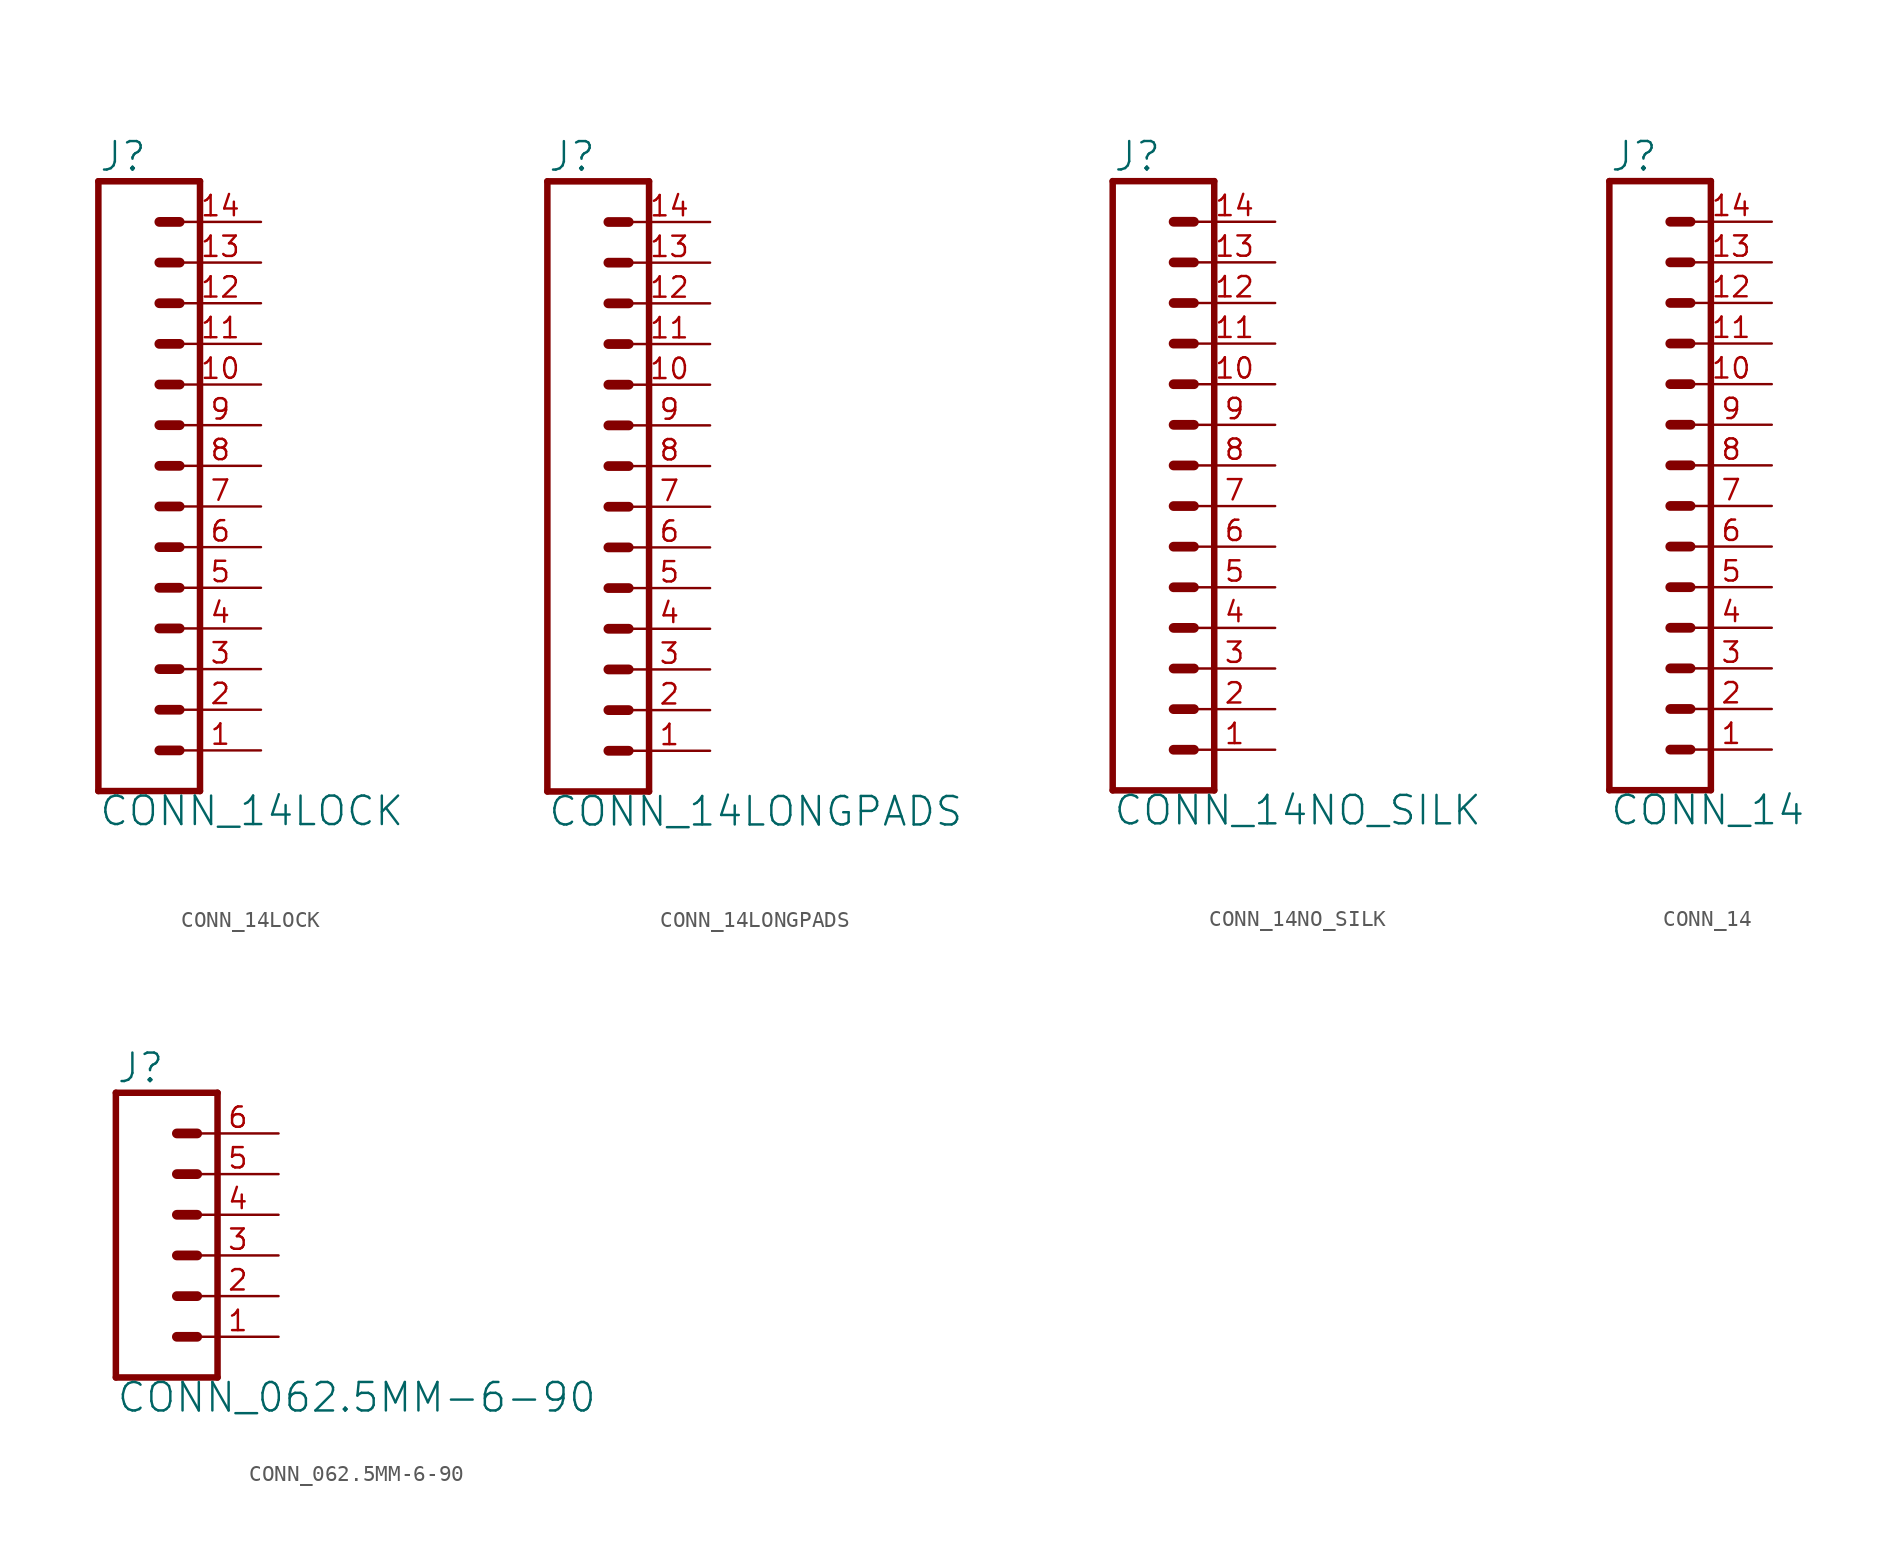
<source format=kicad_sym>
(kicad_symbol_lib
  (version 20211014)
  (generator kicad_symbol_editor)
  (symbol "CONN_14LOCK"
    (property "Reference" "J"
      (at 0 18.288 0)
      (effects (font (size 1.778 1.778)) (justify left bottom)))
    (property "Value" "CONN_14LOCK"
      (at 0 -22.606 0)
      (effects (font (size 1.778 1.778)) (justify left bottom)))
    (property "ki_locked" ""
      (at 0 0 0)
      (effects (font (size 1.27 1.27))))
    (symbol "CONN_14LOCK_1_0"
      (polyline (pts (xy 0 17.78) (xy 0 -20.32)) (stroke (width 0.406) (type default) (color 0 0 0 0)) (fill (type none)))
      (polyline (pts (xy 0 17.78) (xy 6.35 17.78)) (stroke (width 0.406) (type default) (color 0 0 0 0)) (fill (type none)))
      (polyline (pts (xy 3.81 -17.78) (xy 5.08 -17.78)) (stroke (width 0.61) (type default) (color 0 0 0 0)) (fill (type none)))
      (polyline (pts (xy 3.81 -15.24) (xy 5.08 -15.24)) (stroke (width 0.61) (type default) (color 0 0 0 0)) (fill (type none)))
      (polyline (pts (xy 3.81 -12.7) (xy 5.08 -12.7)) (stroke (width 0.61) (type default) (color 0 0 0 0)) (fill (type none)))
      (polyline (pts (xy 3.81 -10.16) (xy 5.08 -10.16)) (stroke (width 0.61) (type default) (color 0 0 0 0)) (fill (type none)))
      (polyline (pts (xy 3.81 -7.62) (xy 5.08 -7.62)) (stroke (width 0.61) (type default) (color 0 0 0 0)) (fill (type none)))
      (polyline (pts (xy 3.81 -5.08) (xy 5.08 -5.08)) (stroke (width 0.61) (type default) (color 0 0 0 0)) (fill (type none)))
      (polyline (pts (xy 3.81 -2.54) (xy 5.08 -2.54)) (stroke (width 0.61) (type default) (color 0 0 0 0)) (fill (type none)))
      (polyline (pts (xy 3.81 0) (xy 5.08 0)) (stroke (width 0.61) (type default) (color 0 0 0 0)) (fill (type none)))
      (polyline (pts (xy 3.81 2.54) (xy 5.08 2.54)) (stroke (width 0.61) (type default) (color 0 0 0 0)) (fill (type none)))
      (polyline (pts (xy 3.81 5.08) (xy 5.08 5.08)) (stroke (width 0.61) (type default) (color 0 0 0 0)) (fill (type none)))
      (polyline (pts (xy 3.81 7.62) (xy 5.08 7.62)) (stroke (width 0.61) (type default) (color 0 0 0 0)) (fill (type none)))
      (polyline (pts (xy 3.81 10.16) (xy 5.08 10.16)) (stroke (width 0.61) (type default) (color 0 0 0 0)) (fill (type none)))
      (polyline (pts (xy 3.81 12.7) (xy 5.08 12.7)) (stroke (width 0.61) (type default) (color 0 0 0 0)) (fill (type none)))
      (polyline (pts (xy 3.81 15.24) (xy 5.08 15.24)) (stroke (width 0.61) (type default) (color 0 0 0 0)) (fill (type none)))
      (polyline (pts (xy 6.35 -20.32) (xy 0 -20.32)) (stroke (width 0.406) (type default) (color 0 0 0 0)) (fill (type none)))
      (polyline (pts (xy 6.35 -20.32) (xy 6.35 17.78)) (stroke (width 0.406) (type default) (color 0 0 0 0)) (fill (type none)))
      (pin passive line (at 10.16 -17.78 180) (length 5.08) (name "1" (effects (font (size 0 0)))) (number "1" (effects (font (size 1.27 1.27)))))
      (pin passive line (at 10.16 5.08 180) (length 5.08) (name "10" (effects (font (size 0 0)))) (number "10" (effects (font (size 1.27 1.27)))))
      (pin passive line (at 10.16 7.62 180) (length 5.08) (name "11" (effects (font (size 0 0)))) (number "11" (effects (font (size 1.27 1.27)))))
      (pin passive line (at 10.16 10.16 180) (length 5.08) (name "12" (effects (font (size 0 0)))) (number "12" (effects (font (size 1.27 1.27)))))
      (pin passive line (at 10.16 12.7 180) (length 5.08) (name "13" (effects (font (size 0 0)))) (number "13" (effects (font (size 1.27 1.27)))))
      (pin passive line (at 10.16 15.24 180) (length 5.08) (name "14" (effects (font (size 0 0)))) (number "14" (effects (font (size 1.27 1.27)))))
      (pin passive line (at 10.16 -15.24 180) (length 5.08) (name "2" (effects (font (size 0 0)))) (number "2" (effects (font (size 1.27 1.27)))))
      (pin passive line (at 10.16 -12.7 180) (length 5.08) (name "3" (effects (font (size 0 0)))) (number "3" (effects (font (size 1.27 1.27)))))
      (pin passive line (at 10.16 -10.16 180) (length 5.08) (name "4" (effects (font (size 0 0)))) (number "4" (effects (font (size 1.27 1.27)))))
      (pin passive line (at 10.16 -7.62 180) (length 5.08) (name "5" (effects (font (size 0 0)))) (number "5" (effects (font (size 1.27 1.27)))))
      (pin passive line (at 10.16 -5.08 180) (length 5.08) (name "6" (effects (font (size 0 0)))) (number "6" (effects (font (size 1.27 1.27)))))
      (pin passive line (at 10.16 -2.54 180) (length 5.08) (name "7" (effects (font (size 0 0)))) (number "7" (effects (font (size 1.27 1.27)))))
      (pin passive line (at 10.16 0 180) (length 5.08) (name "8" (effects (font (size 0 0)))) (number "8" (effects (font (size 1.27 1.27)))))
      (pin passive line (at 10.16 2.54 180) (length 5.08) (name "9" (effects (font (size 0 0)))) (number "9" (effects (font (size 1.27 1.27)))))))
  (symbol "CONN_14LONGPADS"
    (property "Reference" "J"
      (at 0 18.288 0)
      (effects (font (size 1.778 1.778)) (justify left bottom)))
    (property "Value" "CONN_14LONGPADS"
      (at 0 -22.606 0)
      (effects (font (size 1.778 1.778)) (justify left bottom)))
    (property "ki_locked" ""
      (at 0 0 0)
      (effects (font (size 1.27 1.27))))
    (symbol "CONN_14LONGPADS_1_0"
      (polyline (pts (xy 0 17.78) (xy 0 -20.32)) (stroke (width 0.406) (type default) (color 0 0 0 0)) (fill (type none)))
      (polyline (pts (xy 0 17.78) (xy 6.35 17.78)) (stroke (width 0.406) (type default) (color 0 0 0 0)) (fill (type none)))
      (polyline (pts (xy 3.81 -17.78) (xy 5.08 -17.78)) (stroke (width 0.61) (type default) (color 0 0 0 0)) (fill (type none)))
      (polyline (pts (xy 3.81 -15.24) (xy 5.08 -15.24)) (stroke (width 0.61) (type default) (color 0 0 0 0)) (fill (type none)))
      (polyline (pts (xy 3.81 -12.7) (xy 5.08 -12.7)) (stroke (width 0.61) (type default) (color 0 0 0 0)) (fill (type none)))
      (polyline (pts (xy 3.81 -10.16) (xy 5.08 -10.16)) (stroke (width 0.61) (type default) (color 0 0 0 0)) (fill (type none)))
      (polyline (pts (xy 3.81 -7.62) (xy 5.08 -7.62)) (stroke (width 0.61) (type default) (color 0 0 0 0)) (fill (type none)))
      (polyline (pts (xy 3.81 -5.08) (xy 5.08 -5.08)) (stroke (width 0.61) (type default) (color 0 0 0 0)) (fill (type none)))
      (polyline (pts (xy 3.81 -2.54) (xy 5.08 -2.54)) (stroke (width 0.61) (type default) (color 0 0 0 0)) (fill (type none)))
      (polyline (pts (xy 3.81 0) (xy 5.08 0)) (stroke (width 0.61) (type default) (color 0 0 0 0)) (fill (type none)))
      (polyline (pts (xy 3.81 2.54) (xy 5.08 2.54)) (stroke (width 0.61) (type default) (color 0 0 0 0)) (fill (type none)))
      (polyline (pts (xy 3.81 5.08) (xy 5.08 5.08)) (stroke (width 0.61) (type default) (color 0 0 0 0)) (fill (type none)))
      (polyline (pts (xy 3.81 7.62) (xy 5.08 7.62)) (stroke (width 0.61) (type default) (color 0 0 0 0)) (fill (type none)))
      (polyline (pts (xy 3.81 10.16) (xy 5.08 10.16)) (stroke (width 0.61) (type default) (color 0 0 0 0)) (fill (type none)))
      (polyline (pts (xy 3.81 12.7) (xy 5.08 12.7)) (stroke (width 0.61) (type default) (color 0 0 0 0)) (fill (type none)))
      (polyline (pts (xy 3.81 15.24) (xy 5.08 15.24)) (stroke (width 0.61) (type default) (color 0 0 0 0)) (fill (type none)))
      (polyline (pts (xy 6.35 -20.32) (xy 0 -20.32)) (stroke (width 0.406) (type default) (color 0 0 0 0)) (fill (type none)))
      (polyline (pts (xy 6.35 -20.32) (xy 6.35 17.78)) (stroke (width 0.406) (type default) (color 0 0 0 0)) (fill (type none)))
      (pin passive line (at 10.16 -17.78 180) (length 5.08) (name "1" (effects (font (size 0 0)))) (number "1" (effects (font (size 1.27 1.27)))))
      (pin passive line (at 10.16 5.08 180) (length 5.08) (name "10" (effects (font (size 0 0)))) (number "10" (effects (font (size 1.27 1.27)))))
      (pin passive line (at 10.16 7.62 180) (length 5.08) (name "11" (effects (font (size 0 0)))) (number "11" (effects (font (size 1.27 1.27)))))
      (pin passive line (at 10.16 10.16 180) (length 5.08) (name "12" (effects (font (size 0 0)))) (number "12" (effects (font (size 1.27 1.27)))))
      (pin passive line (at 10.16 12.7 180) (length 5.08) (name "13" (effects (font (size 0 0)))) (number "13" (effects (font (size 1.27 1.27)))))
      (pin passive line (at 10.16 15.24 180) (length 5.08) (name "14" (effects (font (size 0 0)))) (number "14" (effects (font (size 1.27 1.27)))))
      (pin passive line (at 10.16 -15.24 180) (length 5.08) (name "2" (effects (font (size 0 0)))) (number "2" (effects (font (size 1.27 1.27)))))
      (pin passive line (at 10.16 -12.7 180) (length 5.08) (name "3" (effects (font (size 0 0)))) (number "3" (effects (font (size 1.27 1.27)))))
      (pin passive line (at 10.16 -10.16 180) (length 5.08) (name "4" (effects (font (size 0 0)))) (number "4" (effects (font (size 1.27 1.27)))))
      (pin passive line (at 10.16 -7.62 180) (length 5.08) (name "5" (effects (font (size 0 0)))) (number "5" (effects (font (size 1.27 1.27)))))
      (pin passive line (at 10.16 -5.08 180) (length 5.08) (name "6" (effects (font (size 0 0)))) (number "6" (effects (font (size 1.27 1.27)))))
      (pin passive line (at 10.16 -2.54 180) (length 5.08) (name "7" (effects (font (size 0 0)))) (number "7" (effects (font (size 1.27 1.27)))))
      (pin passive line (at 10.16 0 180) (length 5.08) (name "8" (effects (font (size 0 0)))) (number "8" (effects (font (size 1.27 1.27)))))
      (pin passive line (at 10.16 2.54 180) (length 5.08) (name "9" (effects (font (size 0 0)))) (number "9" (effects (font (size 1.27 1.27)))))))
  (symbol "CONN_14NO_SILK"
    (property "Reference" "J"
      (at 0 18.288 0)
      (effects (font (size 1.778 1.778)) (justify left bottom)))
    (property "Value" "CONN_14NO_SILK"
      (at 0 -22.606 0)
      (effects (font (size 1.778 1.778)) (justify left bottom)))
    (property "ki_locked" ""
      (at 0 0 0)
      (effects (font (size 1.27 1.27))))
    (symbol "CONN_14NO_SILK_1_0"
      (polyline (pts (xy 0 17.78) (xy 0 -20.32)) (stroke (width 0.406) (type default) (color 0 0 0 0)) (fill (type none)))
      (polyline (pts (xy 0 17.78) (xy 6.35 17.78)) (stroke (width 0.406) (type default) (color 0 0 0 0)) (fill (type none)))
      (polyline (pts (xy 3.81 -17.78) (xy 5.08 -17.78)) (stroke (width 0.61) (type default) (color 0 0 0 0)) (fill (type none)))
      (polyline (pts (xy 3.81 -15.24) (xy 5.08 -15.24)) (stroke (width 0.61) (type default) (color 0 0 0 0)) (fill (type none)))
      (polyline (pts (xy 3.81 -12.7) (xy 5.08 -12.7)) (stroke (width 0.61) (type default) (color 0 0 0 0)) (fill (type none)))
      (polyline (pts (xy 3.81 -10.16) (xy 5.08 -10.16)) (stroke (width 0.61) (type default) (color 0 0 0 0)) (fill (type none)))
      (polyline (pts (xy 3.81 -7.62) (xy 5.08 -7.62)) (stroke (width 0.61) (type default) (color 0 0 0 0)) (fill (type none)))
      (polyline (pts (xy 3.81 -5.08) (xy 5.08 -5.08)) (stroke (width 0.61) (type default) (color 0 0 0 0)) (fill (type none)))
      (polyline (pts (xy 3.81 -2.54) (xy 5.08 -2.54)) (stroke (width 0.61) (type default) (color 0 0 0 0)) (fill (type none)))
      (polyline (pts (xy 3.81 0) (xy 5.08 0)) (stroke (width 0.61) (type default) (color 0 0 0 0)) (fill (type none)))
      (polyline (pts (xy 3.81 2.54) (xy 5.08 2.54)) (stroke (width 0.61) (type default) (color 0 0 0 0)) (fill (type none)))
      (polyline (pts (xy 3.81 5.08) (xy 5.08 5.08)) (stroke (width 0.61) (type default) (color 0 0 0 0)) (fill (type none)))
      (polyline (pts (xy 3.81 7.62) (xy 5.08 7.62)) (stroke (width 0.61) (type default) (color 0 0 0 0)) (fill (type none)))
      (polyline (pts (xy 3.81 10.16) (xy 5.08 10.16)) (stroke (width 0.61) (type default) (color 0 0 0 0)) (fill (type none)))
      (polyline (pts (xy 3.81 12.7) (xy 5.08 12.7)) (stroke (width 0.61) (type default) (color 0 0 0 0)) (fill (type none)))
      (polyline (pts (xy 3.81 15.24) (xy 5.08 15.24)) (stroke (width 0.61) (type default) (color 0 0 0 0)) (fill (type none)))
      (polyline (pts (xy 6.35 -20.32) (xy 0 -20.32)) (stroke (width 0.406) (type default) (color 0 0 0 0)) (fill (type none)))
      (polyline (pts (xy 6.35 -20.32) (xy 6.35 17.78)) (stroke (width 0.406) (type default) (color 0 0 0 0)) (fill (type none)))
      (pin passive line (at 10.16 -17.78 180) (length 5.08) (name "1" (effects (font (size 0 0)))) (number "1" (effects (font (size 1.27 1.27)))))
      (pin passive line (at 10.16 5.08 180) (length 5.08) (name "10" (effects (font (size 0 0)))) (number "10" (effects (font (size 1.27 1.27)))))
      (pin passive line (at 10.16 7.62 180) (length 5.08) (name "11" (effects (font (size 0 0)))) (number "11" (effects (font (size 1.27 1.27)))))
      (pin passive line (at 10.16 10.16 180) (length 5.08) (name "12" (effects (font (size 0 0)))) (number "12" (effects (font (size 1.27 1.27)))))
      (pin passive line (at 10.16 12.7 180) (length 5.08) (name "13" (effects (font (size 0 0)))) (number "13" (effects (font (size 1.27 1.27)))))
      (pin passive line (at 10.16 15.24 180) (length 5.08) (name "14" (effects (font (size 0 0)))) (number "14" (effects (font (size 1.27 1.27)))))
      (pin passive line (at 10.16 -15.24 180) (length 5.08) (name "2" (effects (font (size 0 0)))) (number "2" (effects (font (size 1.27 1.27)))))
      (pin passive line (at 10.16 -12.7 180) (length 5.08) (name "3" (effects (font (size 0 0)))) (number "3" (effects (font (size 1.27 1.27)))))
      (pin passive line (at 10.16 -10.16 180) (length 5.08) (name "4" (effects (font (size 0 0)))) (number "4" (effects (font (size 1.27 1.27)))))
      (pin passive line (at 10.16 -7.62 180) (length 5.08) (name "5" (effects (font (size 0 0)))) (number "5" (effects (font (size 1.27 1.27)))))
      (pin passive line (at 10.16 -5.08 180) (length 5.08) (name "6" (effects (font (size 0 0)))) (number "6" (effects (font (size 1.27 1.27)))))
      (pin passive line (at 10.16 -2.54 180) (length 5.08) (name "7" (effects (font (size 0 0)))) (number "7" (effects (font (size 1.27 1.27)))))
      (pin passive line (at 10.16 0 180) (length 5.08) (name "8" (effects (font (size 0 0)))) (number "8" (effects (font (size 1.27 1.27)))))
      (pin passive line (at 10.16 2.54 180) (length 5.08) (name "9" (effects (font (size 0 0)))) (number "9" (effects (font (size 1.27 1.27)))))))
  (symbol "CONN_14"
    (property "Reference" "J"
      (at 0 18.288 0)
      (effects (font (size 1.778 1.778)) (justify left bottom)))
    (property "Value" "CONN_14"
      (at 0 -22.606 0)
      (effects (font (size 1.778 1.778)) (justify left bottom)))
    (property "ki_locked" ""
      (at 0 0 0)
      (effects (font (size 1.27 1.27))))
    (symbol "CONN_14_1_0"
      (polyline (pts (xy 0 17.78) (xy 0 -20.32)) (stroke (width 0.406) (type default) (color 0 0 0 0)) (fill (type none)))
      (polyline (pts (xy 0 17.78) (xy 6.35 17.78)) (stroke (width 0.406) (type default) (color 0 0 0 0)) (fill (type none)))
      (polyline (pts (xy 3.81 -17.78) (xy 5.08 -17.78)) (stroke (width 0.61) (type default) (color 0 0 0 0)) (fill (type none)))
      (polyline (pts (xy 3.81 -15.24) (xy 5.08 -15.24)) (stroke (width 0.61) (type default) (color 0 0 0 0)) (fill (type none)))
      (polyline (pts (xy 3.81 -12.7) (xy 5.08 -12.7)) (stroke (width 0.61) (type default) (color 0 0 0 0)) (fill (type none)))
      (polyline (pts (xy 3.81 -10.16) (xy 5.08 -10.16)) (stroke (width 0.61) (type default) (color 0 0 0 0)) (fill (type none)))
      (polyline (pts (xy 3.81 -7.62) (xy 5.08 -7.62)) (stroke (width 0.61) (type default) (color 0 0 0 0)) (fill (type none)))
      (polyline (pts (xy 3.81 -5.08) (xy 5.08 -5.08)) (stroke (width 0.61) (type default) (color 0 0 0 0)) (fill (type none)))
      (polyline (pts (xy 3.81 -2.54) (xy 5.08 -2.54)) (stroke (width 0.61) (type default) (color 0 0 0 0)) (fill (type none)))
      (polyline (pts (xy 3.81 0) (xy 5.08 0)) (stroke (width 0.61) (type default) (color 0 0 0 0)) (fill (type none)))
      (polyline (pts (xy 3.81 2.54) (xy 5.08 2.54)) (stroke (width 0.61) (type default) (color 0 0 0 0)) (fill (type none)))
      (polyline (pts (xy 3.81 5.08) (xy 5.08 5.08)) (stroke (width 0.61) (type default) (color 0 0 0 0)) (fill (type none)))
      (polyline (pts (xy 3.81 7.62) (xy 5.08 7.62)) (stroke (width 0.61) (type default) (color 0 0 0 0)) (fill (type none)))
      (polyline (pts (xy 3.81 10.16) (xy 5.08 10.16)) (stroke (width 0.61) (type default) (color 0 0 0 0)) (fill (type none)))
      (polyline (pts (xy 3.81 12.7) (xy 5.08 12.7)) (stroke (width 0.61) (type default) (color 0 0 0 0)) (fill (type none)))
      (polyline (pts (xy 3.81 15.24) (xy 5.08 15.24)) (stroke (width 0.61) (type default) (color 0 0 0 0)) (fill (type none)))
      (polyline (pts (xy 6.35 -20.32) (xy 0 -20.32)) (stroke (width 0.406) (type default) (color 0 0 0 0)) (fill (type none)))
      (polyline (pts (xy 6.35 -20.32) (xy 6.35 17.78)) (stroke (width 0.406) (type default) (color 0 0 0 0)) (fill (type none)))
      (pin passive line (at 10.16 -17.78 180) (length 5.08) (name "1" (effects (font (size 0 0)))) (number "1" (effects (font (size 1.27 1.27)))))
      (pin passive line (at 10.16 5.08 180) (length 5.08) (name "10" (effects (font (size 0 0)))) (number "10" (effects (font (size 1.27 1.27)))))
      (pin passive line (at 10.16 7.62 180) (length 5.08) (name "11" (effects (font (size 0 0)))) (number "11" (effects (font (size 1.27 1.27)))))
      (pin passive line (at 10.16 10.16 180) (length 5.08) (name "12" (effects (font (size 0 0)))) (number "12" (effects (font (size 1.27 1.27)))))
      (pin passive line (at 10.16 12.7 180) (length 5.08) (name "13" (effects (font (size 0 0)))) (number "13" (effects (font (size 1.27 1.27)))))
      (pin passive line (at 10.16 15.24 180) (length 5.08) (name "14" (effects (font (size 0 0)))) (number "14" (effects (font (size 1.27 1.27)))))
      (pin passive line (at 10.16 -15.24 180) (length 5.08) (name "2" (effects (font (size 0 0)))) (number "2" (effects (font (size 1.27 1.27)))))
      (pin passive line (at 10.16 -12.7 180) (length 5.08) (name "3" (effects (font (size 0 0)))) (number "3" (effects (font (size 1.27 1.27)))))
      (pin passive line (at 10.16 -10.16 180) (length 5.08) (name "4" (effects (font (size 0 0)))) (number "4" (effects (font (size 1.27 1.27)))))
      (pin passive line (at 10.16 -7.62 180) (length 5.08) (name "5" (effects (font (size 0 0)))) (number "5" (effects (font (size 1.27 1.27)))))
      (pin passive line (at 10.16 -5.08 180) (length 5.08) (name "6" (effects (font (size 0 0)))) (number "6" (effects (font (size 1.27 1.27)))))
      (pin passive line (at 10.16 -2.54 180) (length 5.08) (name "7" (effects (font (size 0 0)))) (number "7" (effects (font (size 1.27 1.27)))))
      (pin passive line (at 10.16 0 180) (length 5.08) (name "8" (effects (font (size 0 0)))) (number "8" (effects (font (size 1.27 1.27)))))
      (pin passive line (at 10.16 2.54 180) (length 5.08) (name "9" (effects (font (size 0 0)))) (number "9" (effects (font (size 1.27 1.27)))))))
  (symbol "CONN_062.5MM-6-90"
    (property "Reference" "J"
      (at -5.08 10.668 0)
      (effects (font (size 1.778 1.778)) (justify left bottom)))
    (property "Value" "CONN_062.5MM-6-90"
      (at -5.08 -9.906 0)
      (effects (font (size 1.778 1.778)) (justify left bottom)))
    (property "ki_locked" ""
      (at 0 0 0)
      (effects (font (size 1.27 1.27))))
    (symbol "CONN_062.5MM-6-90_1_0"
      (polyline (pts (xy -5.08 10.16) (xy -5.08 -7.62)) (stroke (width 0.406) (type default) (color 0 0 0 0)) (fill (type none)))
      (polyline (pts (xy -5.08 10.16) (xy 1.27 10.16)) (stroke (width 0.406) (type default) (color 0 0 0 0)) (fill (type none)))
      (polyline (pts (xy -1.27 -5.08) (xy 0 -5.08)) (stroke (width 0.61) (type default) (color 0 0 0 0)) (fill (type none)))
      (polyline (pts (xy -1.27 -2.54) (xy 0 -2.54)) (stroke (width 0.61) (type default) (color 0 0 0 0)) (fill (type none)))
      (polyline (pts (xy -1.27 0) (xy 0 0)) (stroke (width 0.61) (type default) (color 0 0 0 0)) (fill (type none)))
      (polyline (pts (xy -1.27 2.54) (xy 0 2.54)) (stroke (width 0.61) (type default) (color 0 0 0 0)) (fill (type none)))
      (polyline (pts (xy -1.27 5.08) (xy 0 5.08)) (stroke (width 0.61) (type default) (color 0 0 0 0)) (fill (type none)))
      (polyline (pts (xy -1.27 7.62) (xy 0 7.62)) (stroke (width 0.61) (type default) (color 0 0 0 0)) (fill (type none)))
      (polyline (pts (xy 1.27 -7.62) (xy -5.08 -7.62)) (stroke (width 0.406) (type default) (color 0 0 0 0)) (fill (type none)))
      (polyline (pts (xy 1.27 -7.62) (xy 1.27 10.16)) (stroke (width 0.406) (type default) (color 0 0 0 0)) (fill (type none)))
      (pin passive line (at 5.08 -5.08 180) (length 5.08) (name "1" (effects (font (size 0 0)))) (number "1" (effects (font (size 1.27 1.27)))))
      (pin passive line (at 5.08 -2.54 180) (length 5.08) (name "2" (effects (font (size 0 0)))) (number "2" (effects (font (size 1.27 1.27)))))
      (pin passive line (at 5.08 0 180) (length 5.08) (name "3" (effects (font (size 0 0)))) (number "3" (effects (font (size 1.27 1.27)))))
      (pin passive line (at 5.08 2.54 180) (length 5.08) (name "4" (effects (font (size 0 0)))) (number "4" (effects (font (size 1.27 1.27)))))
      (pin passive line (at 5.08 5.08 180) (length 5.08) (name "5" (effects (font (size 0 0)))) (number "5" (effects (font (size 1.27 1.27)))))
      (pin passive line (at 5.08 7.62 180) (length 5.08) (name "6" (effects (font (size 0 0)))) (number "6" (effects (font (size 1.27 1.27))))))))
</source>
